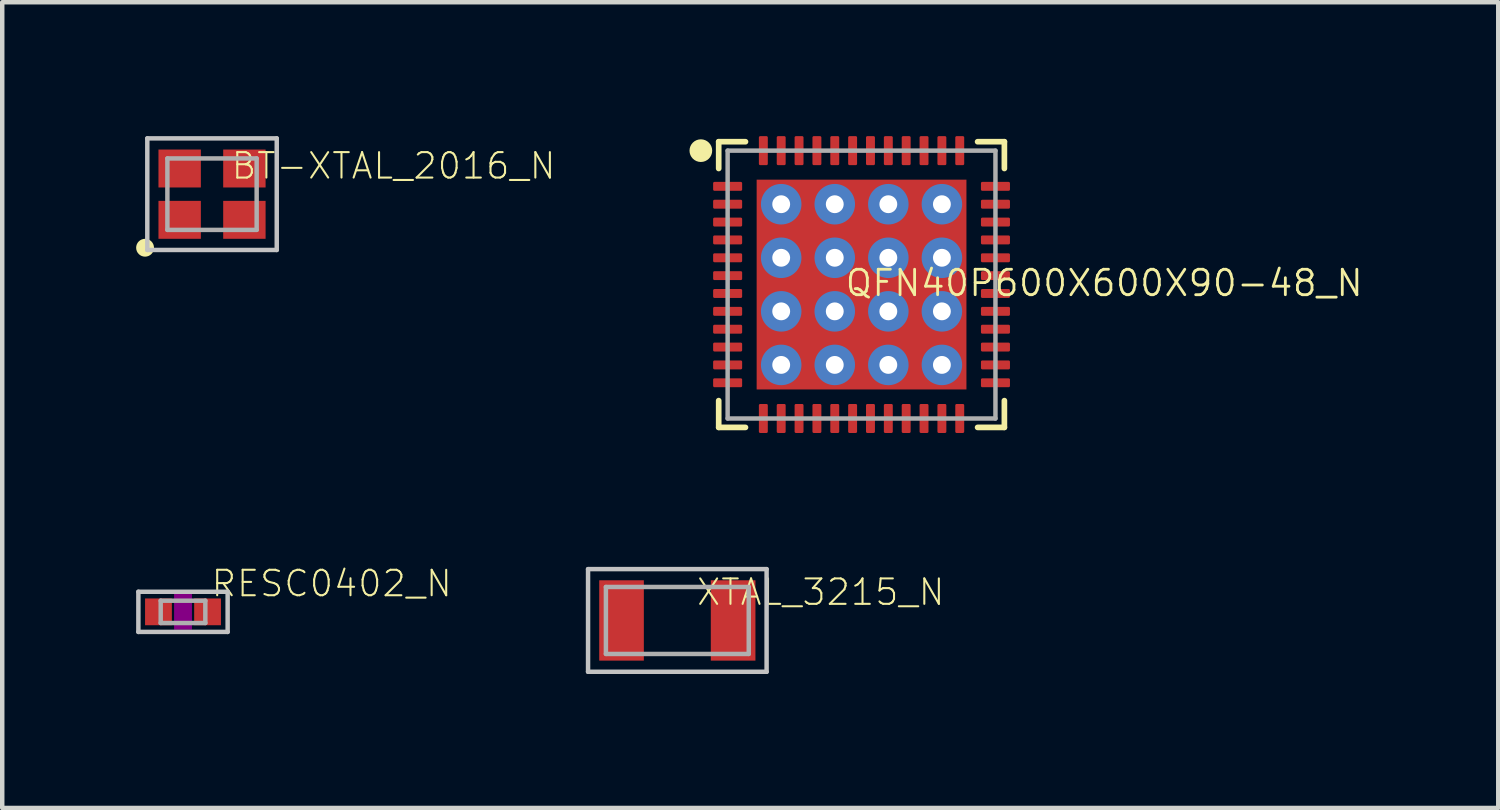
<source format=kicad_pcb>
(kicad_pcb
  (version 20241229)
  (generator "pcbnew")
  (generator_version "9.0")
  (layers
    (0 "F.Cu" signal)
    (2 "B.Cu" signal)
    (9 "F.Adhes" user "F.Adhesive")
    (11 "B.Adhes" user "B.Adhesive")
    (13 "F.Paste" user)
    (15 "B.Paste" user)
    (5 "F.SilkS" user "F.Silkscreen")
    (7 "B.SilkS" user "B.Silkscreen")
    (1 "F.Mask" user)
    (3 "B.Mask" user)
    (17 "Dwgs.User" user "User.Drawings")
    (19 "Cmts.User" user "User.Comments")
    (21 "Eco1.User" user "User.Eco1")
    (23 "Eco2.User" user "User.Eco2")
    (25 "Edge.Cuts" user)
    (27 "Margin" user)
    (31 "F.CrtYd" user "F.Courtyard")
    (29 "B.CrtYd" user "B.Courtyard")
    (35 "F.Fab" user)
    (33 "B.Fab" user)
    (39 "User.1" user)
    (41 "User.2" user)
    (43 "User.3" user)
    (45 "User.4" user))
  (footprint "RESC0402_N"
    (layer "F.Cu")
    (at 1.05 10.657)
    (property "Reference" "RESC0402_N" (at 0.6 -0.3 180) (layer "F.SilkS") (effects (font (size 0.57 0.57) (thickness 0.046)) (justify left bottom)))
    (attr through_hole)
    (fp_poly (pts (xy -0.2 0.4) (xy 0.2 0.4) (xy 0.2 -0.4) (xy -0.2 -0.4)) (stroke (width 0) (type solid)) (fill yes) (layer "F.Adhes"))
    (fp_line (start -1 -0.45) (end -1 0.45) (stroke (width 0.1) (type solid)) (layer "Dwgs.User"))
    (fp_line (start -1 0.45) (end 1 0.45) (stroke (width 0.1) (type solid)) (layer "Dwgs.User"))
    (fp_line (start 1 -0.45) (end -1 -0.45) (stroke (width 0.1) (type solid)) (layer "Dwgs.User"))
    (fp_line (start 1 0.45) (end 1 -0.45) (stroke (width 0.1) (type solid)) (layer "Dwgs.User"))
    (fp_line (start -0.5 -0.25) (end 0.5 -0.25) (stroke (width 0.1) (type solid)) (layer "F.Fab"))
    (fp_line (start -0.5 0.25) (end -0.5 -0.25) (stroke (width 0.1) (type solid)) (layer "F.Fab"))
    (fp_line (start 0.5 -0.25) (end 0.5 0.25) (stroke (width 0.1) (type solid)) (layer "F.Fab"))
    (fp_line (start 0.5 0.25) (end -0.5 0.25) (stroke (width 0.1) (type solid)) (layer "F.Fab"))
    (pad "1" smd rect (at -0.55 0) (size 0.6 0.6) (layers "F.Cu" "F.Mask" "F.Paste"))
    (pad "2" smd rect (at 0.55 0) (size 0.6 0.6) (layers "F.Cu" "F.Mask" "F.Paste")))
  (footprint "BT-XTAL_2016_N"
    (layer "F.Cu")
    (at 1.7 1.3)
    (property "Reference" "BT-XTAL_2016_N" (at 0.4 -0.3 180) (layer "F.SilkS") (effects (font (size 0.57 0.57) (thickness 0.046)) (justify left bottom)))
    (attr through_hole)
    (fp_circle (center -1.5 1.2) (end -1.4 1.2) (stroke (width 0.2) (type solid)) (fill no) (layer "F.SilkS"))
    (fp_line (start -1.45 -1.25) (end -1.45 1.25) (stroke (width 0.1) (type solid)) (layer "Dwgs.User"))
    (fp_line (start -1.45 1.25) (end 1.45 1.25) (stroke (width 0.1) (type solid)) (layer "Dwgs.User"))
    (fp_line (start 1.45 -1.25) (end -1.45 -1.25) (stroke (width 0.1) (type solid)) (layer "Dwgs.User"))
    (fp_line (start 1.45 1.25) (end 1.45 -1.25) (stroke (width 0.1) (type solid)) (layer "Dwgs.User"))
    (fp_line (start -1 -0.8) (end -1 0.8) (stroke (width 0.1) (type solid)) (layer "F.Fab"))
    (fp_line (start -1 0.8) (end 1 0.8) (stroke (width 0.1) (type solid)) (layer "F.Fab"))
    (fp_line (start 1 -0.8) (end -1 -0.8) (stroke (width 0.1) (type solid)) (layer "F.Fab"))
    (fp_line (start 1 0.8) (end 1 -0.8) (stroke (width 0.1) (type solid)) (layer "F.Fab"))
    (pad "1" smd rect (at -0.725 0.575) (size 0.95 0.85) (layers "F.Cu" "F.Mask" "F.Paste"))
    (pad "2" smd rect (at 0.725 0.575) (size 0.95 0.85) (layers "F.Cu" "F.Mask" "F.Paste"))
    (pad "3" smd rect (at 0.725 -0.575) (size 0.95 0.85) (layers "F.Cu" "F.Mask" "F.Paste"))
    (pad "4" smd rect (at -0.725 -0.575) (size 0.95 0.85) (layers "F.Cu" "F.Mask" "F.Paste")))
  (footprint "QFN40P600X600X90-48_N"
    (layer "F.Cu")
    (at 16.251 3.325)
    (property "Reference" "QFN40P600X600X90-48_N" (at -0.4 0.3 0) (layer "F.SilkS") (effects (font (size 0.57 0.57) (thickness 0.063)) (justify left bottom)))
    (attr through_hole)
    (fp_line (start -3.2 -3.2) (end -3.2 -2.6) (stroke (width 0.127) (type solid)) (layer "F.SilkS"))
    (fp_line (start -3.2 2.6) (end -3.2 3.2) (stroke (width 0.127) (type solid)) (layer "F.SilkS"))
    (fp_line (start -3.2 3.2) (end -2.6 3.2) (stroke (width 0.127) (type solid)) (layer "F.SilkS"))
    (fp_line (start -2.6 -3.2) (end -3.2 -3.2) (stroke (width 0.127) (type solid)) (layer "F.SilkS"))
    (fp_line (start 2.6 3.2) (end 3.2 3.2) (stroke (width 0.127) (type solid)) (layer "F.SilkS"))
    (fp_line (start 3.2 -3.2) (end 2.6 -3.2) (stroke (width 0.127) (type solid)) (layer "F.SilkS"))
    (fp_line (start 3.2 -2.6) (end 3.2 -3.2) (stroke (width 0.127) (type solid)) (layer "F.SilkS"))
    (fp_line (start 3.2 3.2) (end 3.2 2.6) (stroke (width 0.127) (type solid)) (layer "F.SilkS"))
    (fp_circle (center -3.6 -3) (end -3.473 -3) (stroke (width 0.254) (type solid)) (fill no) (layer "F.SilkS"))
    (fp_line (start -3 -3) (end -3 3) (stroke (width 0.1) (type solid)) (layer "F.Fab"))
    (fp_line (start -3 3) (end 3 3) (stroke (width 0.1) (type solid)) (layer "F.Fab"))
    (fp_line (start 3 -3) (end -3 -3) (stroke (width 0.1) (type solid)) (layer "F.Fab"))
    (fp_line (start 3 3) (end 3 -3) (stroke (width 0.1) (type solid)) (layer "F.Fab"))
    (pad "1" smd roundrect (at -3 -2.2) (size 0.65 0.2) (layers "F.Cu" "F.Mask" "F.Paste") (roundrect_rratio 0.15))
    (pad "2" smd roundrect (at -3 -1.8) (size 0.65 0.2) (layers "F.Cu" "F.Mask" "F.Paste") (roundrect_rratio 0.15))
    (pad "3" smd roundrect (at -3 -1.4) (size 0.65 0.2) (layers "F.Cu" "F.Mask" "F.Paste") (roundrect_rratio 0.15))
    (pad "4" smd roundrect (at -3 -1) (size 0.65 0.2) (layers "F.Cu" "F.Mask" "F.Paste") (roundrect_rratio 0.15))
    (pad "5" smd roundrect (at -3 -0.6) (size 0.65 0.2) (layers "F.Cu" "F.Mask" "F.Paste") (roundrect_rratio 0.15))
    (pad "6" smd roundrect (at -3 -0.2) (size 0.65 0.2) (layers "F.Cu" "F.Mask" "F.Paste") (roundrect_rratio 0.15))
    (pad "7" smd roundrect (at -3 0.2) (size 0.65 0.2) (layers "F.Cu" "F.Mask" "F.Paste") (roundrect_rratio 0.15))
    (pad "8" smd roundrect (at -3 0.6) (size 0.65 0.2) (layers "F.Cu" "F.Mask" "F.Paste") (roundrect_rratio 0.15))
    (pad "9" smd roundrect (at -3 1) (size 0.65 0.2) (layers "F.Cu" "F.Mask" "F.Paste") (roundrect_rratio 0.15))
    (pad "10" smd roundrect (at -3 1.4) (size 0.65 0.2) (layers "F.Cu" "F.Mask" "F.Paste") (roundrect_rratio 0.15))
    (pad "11" smd roundrect (at -3 1.8) (size 0.65 0.2) (layers "F.Cu" "F.Mask" "F.Paste") (roundrect_rratio 0.15))
    (pad "12" smd roundrect (at -3 2.2) (size 0.65 0.2) (layers "F.Cu" "F.Mask" "F.Paste") (roundrect_rratio 0.15))
    (pad "13" smd roundrect (at -2.2 3 90) (size 0.65 0.2) (layers "F.Cu" "F.Mask" "F.Paste") (roundrect_rratio 0.15))
    (pad "14" smd roundrect (at -1.8 3 90) (size 0.65 0.2) (layers "F.Cu" "F.Mask" "F.Paste") (roundrect_rratio 0.15))
    (pad "15" smd roundrect (at -1.4 3 90) (size 0.65 0.2) (layers "F.Cu" "F.Mask" "F.Paste") (roundrect_rratio 0.15))
    (pad "16" smd roundrect (at -1 3 90) (size 0.65 0.2) (layers "F.Cu" "F.Mask" "F.Paste") (roundrect_rratio 0.15))
    (pad "17" smd roundrect (at -0.6 3 90) (size 0.65 0.2) (layers "F.Cu" "F.Mask" "F.Paste") (roundrect_rratio 0.15))
    (pad "18" smd roundrect (at -0.2 3 90) (size 0.65 0.2) (layers "F.Cu" "F.Mask" "F.Paste") (roundrect_rratio 0.15))
    (pad "19" smd roundrect (at 0.2 3 90) (size 0.65 0.2) (layers "F.Cu" "F.Mask" "F.Paste") (roundrect_rratio 0.15))
    (pad "20" smd roundrect (at 0.6 3 90) (size 0.65 0.2) (layers "F.Cu" "F.Mask" "F.Paste") (roundrect_rratio 0.15))
    (pad "21" smd roundrect (at 1 3 90) (size 0.65 0.2) (layers "F.Cu" "F.Mask" "F.Paste") (roundrect_rratio 0.15))
    (pad "22" smd roundrect (at 1.4 3 90) (size 0.65 0.2) (layers "F.Cu" "F.Mask" "F.Paste") (roundrect_rratio 0.15))
    (pad "23" smd roundrect (at 1.8 3 90) (size 0.65 0.2) (layers "F.Cu" "F.Mask" "F.Paste") (roundrect_rratio 0.15))
    (pad "24" smd roundrect (at 2.2 3 90) (size 0.65 0.2) (layers "F.Cu" "F.Mask" "F.Paste") (roundrect_rratio 0.15))
    (pad "25" smd roundrect (at 3 2.2 180) (size 0.65 0.2) (layers "F.Cu" "F.Mask" "F.Paste") (roundrect_rratio 0.15))
    (pad "26" smd roundrect (at 3 1.8 180) (size 0.65 0.2) (layers "F.Cu" "F.Mask" "F.Paste") (roundrect_rratio 0.15))
    (pad "27" smd roundrect (at 3 1.4 180) (size 0.65 0.2) (layers "F.Cu" "F.Mask" "F.Paste") (roundrect_rratio 0.15))
    (pad "28" smd roundrect (at 3 1 180) (size 0.65 0.2) (layers "F.Cu" "F.Mask" "F.Paste") (roundrect_rratio 0.15))
    (pad "29" smd roundrect (at 3 0.6 180) (size 0.65 0.2) (layers "F.Cu" "F.Mask" "F.Paste") (roundrect_rratio 0.15))
    (pad "30" smd roundrect (at 3 0.2 180) (size 0.65 0.2) (layers "F.Cu" "F.Mask" "F.Paste") (roundrect_rratio 0.15))
    (pad "31" smd roundrect (at 3 -0.2 180) (size 0.65 0.2) (layers "F.Cu" "F.Mask" "F.Paste") (roundrect_rratio 0.15))
    (pad "32" smd roundrect (at 3 -0.6 180) (size 0.65 0.2) (layers "F.Cu" "F.Mask" "F.Paste") (roundrect_rratio 0.15))
    (pad "33" smd roundrect (at 3 -1 180) (size 0.65 0.2) (layers "F.Cu" "F.Mask" "F.Paste") (roundrect_rratio 0.15))
    (pad "34" smd roundrect (at 3 -1.4 180) (size 0.65 0.2) (layers "F.Cu" "F.Mask" "F.Paste") (roundrect_rratio 0.15))
    (pad "35" smd roundrect (at 3 -1.8 180) (size 0.65 0.2) (layers "F.Cu" "F.Mask" "F.Paste") (roundrect_rratio 0.15))
    (pad "36" smd roundrect (at 3 -2.2 180) (size 0.65 0.2) (layers "F.Cu" "F.Mask" "F.Paste") (roundrect_rratio 0.15))
    (pad "37" smd roundrect (at 2.2 -3 270) (size 0.65 0.2) (layers "F.Cu" "F.Mask" "F.Paste") (roundrect_rratio 0.15))
    (pad "38" smd roundrect (at 1.8 -3 270) (size 0.65 0.2) (layers "F.Cu" "F.Mask" "F.Paste") (roundrect_rratio 0.15))
    (pad "39" smd roundrect (at 1.4 -3 270) (size 0.65 0.2) (layers "F.Cu" "F.Mask" "F.Paste") (roundrect_rratio 0.15))
    (pad "40" smd roundrect (at 1 -3 270) (size 0.65 0.2) (layers "F.Cu" "F.Mask" "F.Paste") (roundrect_rratio 0.15))
    (pad "41" smd roundrect (at 0.6 -3 270) (size 0.65 0.2) (layers "F.Cu" "F.Mask" "F.Paste") (roundrect_rratio 0.15))
    (pad "42" smd roundrect (at 0.2 -3 270) (size 0.65 0.2) (layers "F.Cu" "F.Mask" "F.Paste") (roundrect_rratio 0.15))
    (pad "43" smd roundrect (at -0.2 -3 270) (size 0.65 0.2) (layers "F.Cu" "F.Mask" "F.Paste") (roundrect_rratio 0.15))
    (pad "44" smd roundrect (at -0.6 -3 270) (size 0.65 0.2) (layers "F.Cu" "F.Mask" "F.Paste") (roundrect_rratio 0.15))
    (pad "45" smd roundrect (at -1 -3 270) (size 0.65 0.2) (layers "F.Cu" "F.Mask" "F.Paste") (roundrect_rratio 0.15))
    (pad "46" smd roundrect (at -1.4 -3 270) (size 0.65 0.2) (layers "F.Cu" "F.Mask" "F.Paste") (roundrect_rratio 0.15))
    (pad "47" smd roundrect (at -1.8 -3 270) (size 0.65 0.2) (layers "F.Cu" "F.Mask" "F.Paste") (roundrect_rratio 0.15))
    (pad "48" smd roundrect (at -2.2 -3 270) (size 0.65 0.2) (layers "F.Cu" "F.Mask" "F.Paste") (roundrect_rratio 0.15))
    (pad "PAD" smd rect (at 0 0 270) (size 4.7 4.7) (layers "F.Cu" "F.Mask" "F.Paste"))
    (pad "PAD@VIA01" thru_hole circle (at -1.8 -1.8 180) (size 0.908 0.908) (drill 0.4) (layers "*.Cu" "*.Mask"))
    (pad "PAD@VIA02" thru_hole circle (at -1.8 -0.6 90) (size 0.908 0.908) (drill 0.4) (layers "*.Cu" "*.Mask"))
    (pad "PAD@VIA03" thru_hole circle (at -1.8 0.6 90) (size 0.908 0.908) (drill 0.4) (layers "*.Cu" "*.Mask"))
    (pad "PAD@VIA04" thru_hole circle (at -1.8 1.8 90) (size 0.908 0.908) (drill 0.4) (layers "*.Cu" "*.Mask"))
    (pad "PAD@VIA05" thru_hole circle (at -0.6 -1.8 90) (size 0.908 0.908) (drill 0.4) (layers "*.Cu" "*.Mask"))
    (pad "PAD@VIA06" thru_hole circle (at -0.6 -0.6 90) (size 0.908 0.908) (drill 0.4) (layers "*.Cu" "*.Mask"))
    (pad "PAD@VIA07" thru_hole circle (at -0.6 0.6 90) (size 0.908 0.908) (drill 0.4) (layers "*.Cu" "*.Mask"))
    (pad "PAD@VIA08" thru_hole circle (at -0.6 1.8 90) (size 0.908 0.908) (drill 0.4) (layers "*.Cu" "*.Mask"))
    (pad "PAD@VIA09" thru_hole circle (at 0.6 -1.8 90) (size 0.908 0.908) (drill 0.4) (layers "*.Cu" "*.Mask"))
    (pad "PAD@VIA10" thru_hole circle (at 0.6 -0.6 90) (size 0.908 0.908) (drill 0.4) (layers "*.Cu" "*.Mask"))
    (pad "PAD@VIA11" thru_hole circle (at 0.6 0.6 90) (size 0.908 0.908) (drill 0.4) (layers "*.Cu" "*.Mask"))
    (pad "PAD@VIA12" thru_hole circle (at 0.6 1.8 90) (size 0.908 0.908) (drill 0.4) (layers "*.Cu" "*.Mask"))
    (pad "PAD@VIA13" thru_hole circle (at 1.8 -1.8 90) (size 0.908 0.908) (drill 0.4) (layers "*.Cu" "*.Mask"))
    (pad "PAD@VIA14" thru_hole circle (at 1.8 -0.6 90) (size 0.908 0.908) (drill 0.4) (layers "*.Cu" "*.Mask"))
    (pad "PAD@VIA15" thru_hole circle (at 1.8 0.6 90) (size 0.908 0.908) (drill 0.4) (layers "*.Cu" "*.Mask"))
    (pad "PAD@VIA16" thru_hole circle (at 1.8 1.8 90) (size 0.908 0.908) (drill 0.4) (layers "*.Cu" "*.Mask")))
  (footprint "XTAL_3215_N"
    (layer "F.Cu")
    (at 12.124 10.85)
    (property "Reference" "XTAL_3215_N" (at 0.4 -0.3 180) (layer "F.SilkS") (effects (font (size 0.57 0.57) (thickness 0.046)) (justify left bottom)))
    (attr through_hole)
    (fp_line (start -2 -1.15) (end -2 1.15) (stroke (width 0.1) (type solid)) (layer "Dwgs.User"))
    (fp_line (start -2 1.15) (end 2 1.15) (stroke (width 0.1) (type solid)) (layer "Dwgs.User"))
    (fp_line (start 2 -1.15) (end -2 -1.15) (stroke (width 0.1) (type solid)) (layer "Dwgs.User"))
    (fp_line (start 2 1.15) (end 2 -1.15) (stroke (width 0.1) (type solid)) (layer "Dwgs.User"))
    (fp_line (start -1.6 -0.75) (end -1.6 0.75) (stroke (width 0.1) (type solid)) (layer "F.Fab"))
    (fp_line (start -1.6 0.75) (end 1.6 0.75) (stroke (width 0.1) (type solid)) (layer "F.Fab"))
    (fp_line (start 1.6 -0.75) (end -1.6 -0.75) (stroke (width 0.1) (type solid)) (layer "F.Fab"))
    (fp_line (start 1.6 0.75) (end 1.6 -0.75) (stroke (width 0.1) (type solid)) (layer "F.Fab"))
    (pad "1" smd rect (at -1.25 0) (size 1 1.8) (layers "F.Cu" "F.Mask" "F.Paste"))
    (pad "2" smd rect (at 1.25 0) (size 1 1.8) (layers "F.Cu" "F.Mask" "F.Paste")))
  (gr_rect
    (start -3 -3)
    (end 30.515 15.05)
    (stroke (width 0.1) (type default))
    (fill no)
    (layer "Edge.Cuts")))
</source>
